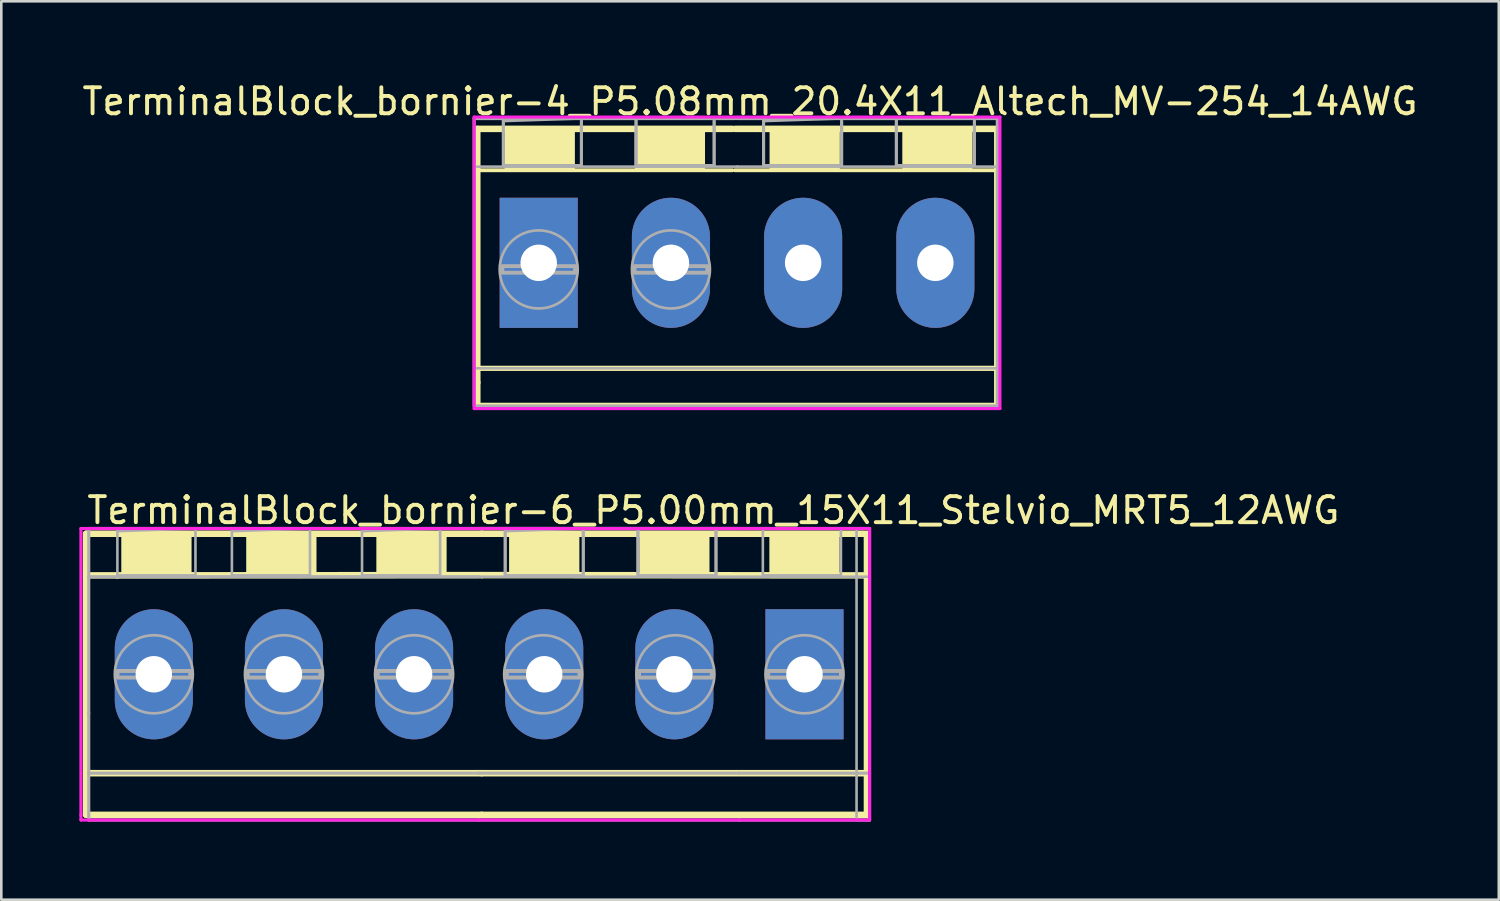
<source format=kicad_pcb>
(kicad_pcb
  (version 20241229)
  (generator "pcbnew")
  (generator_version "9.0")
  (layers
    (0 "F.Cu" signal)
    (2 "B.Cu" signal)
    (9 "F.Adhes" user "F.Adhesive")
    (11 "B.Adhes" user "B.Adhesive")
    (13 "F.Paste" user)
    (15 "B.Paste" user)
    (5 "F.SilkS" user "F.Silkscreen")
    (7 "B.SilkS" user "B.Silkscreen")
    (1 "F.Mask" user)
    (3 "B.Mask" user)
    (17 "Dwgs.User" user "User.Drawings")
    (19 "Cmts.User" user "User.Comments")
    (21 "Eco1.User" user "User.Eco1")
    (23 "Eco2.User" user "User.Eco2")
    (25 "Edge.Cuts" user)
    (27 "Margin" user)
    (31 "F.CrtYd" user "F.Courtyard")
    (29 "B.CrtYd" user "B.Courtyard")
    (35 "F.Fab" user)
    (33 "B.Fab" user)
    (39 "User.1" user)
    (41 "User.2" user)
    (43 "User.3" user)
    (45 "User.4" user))
  (footprint "TerminalBlock_bornier-4_P5.08mm_20.4X11_Altech_MV-254_14AWG"
    (layer "F.Cu")
    (at 25.268 7.048)
    (property "Reference" "TerminalBlock_bornier-4_P5.08mm_20.4X11_Altech_MV-254_14AWG" (at 0.5 -6.2 0) (layer "F.SilkS") (effects (font (size 1 1) (thickness 0.15))))
    (attr through_hole)
    (fp_line (start -9.98 -5.146) (end -0.18 -5.146) (stroke (width 0.25) (type solid)) (layer "F.SilkS"))
    (fp_line (start -9.98 -3.556) (end -0.18 -3.556) (stroke (width 0.15) (type solid)) (layer "F.SilkS"))
    (fp_line (start -9.98 4.054) (end 10 4.054) (stroke (width 0.2) (type solid)) (layer "F.SilkS"))
    (fp_line (start -9.98 4.6) (end -9.98 -5.146) (stroke (width 0.25) (type solid)) (layer "F.SilkS"))
    (fp_line (start -9.98 5.5) (end -9.98 4.6) (stroke (width 0.25) (type solid)) (layer "F.SilkS"))
    (fp_line (start -0.08 -5.146) (end 10 -5.146) (stroke (width 0.25) (type solid)) (layer "F.SilkS"))
    (fp_line (start -0.08 -3.556) (end 10 -3.556) (stroke (width 0.15) (type solid)) (layer "F.SilkS"))
    (fp_line (start 10 -5.146) (end 10 5.4) (stroke (width 0.25) (type solid)) (layer "F.SilkS"))
    (fp_line (start 10 5.5) (end -9.98 5.5) (stroke (width 0.25) (type solid)) (layer "F.SilkS"))
    (fp_poly (pts (xy -8.88 -3.546) (xy -8.88 -5.046) (xy -6.28 -5.046) (xy -6.28 -3.546)) (stroke (width 0.1) (type solid)) (fill yes) (layer "F.SilkS"))
    (fp_poly (pts (xy -3.88 -3.646) (xy -3.88 -5.146) (xy -1.28 -5.146) (xy -1.28 -3.646)) (stroke (width 0.1) (type solid)) (fill yes) (layer "F.SilkS"))
    (fp_poly (pts (xy 1.3 -3.546) (xy 1.3 -5.046) (xy 3.9 -5.046) (xy 3.9 -3.546)) (stroke (width 0.1) (type solid)) (fill yes) (layer "F.SilkS"))
    (fp_poly (pts (xy 6.4 -3.646) (xy 6.4 -5.146) (xy 9 -5.146) (xy 9 -3.646)) (stroke (width 0.1) (type solid)) (fill yes) (layer "F.SilkS"))
    (fp_line (start -10.1 -5.6) (end 10.1 -5.6) (stroke (width 0.12) (type solid)) (layer "F.CrtYd"))
    (fp_line (start -10.1 5.6) (end -10.1 -5.6) (stroke (width 0.12) (type solid)) (layer "F.CrtYd"))
    (fp_line (start 10.1 -5.6) (end 10.1 5.6) (stroke (width 0.12) (type solid)) (layer "F.CrtYd"))
    (fp_line (start 10.1 5.6) (end -10.1 5.6) (stroke (width 0.12) (type solid)) (layer "F.CrtYd"))
    (fp_line (start -10.1 -5.546) (end -0.08 -5.546) (stroke (width 0.12) (type solid)) (layer "F.Fab"))
    (fp_line (start -10.1 5.5) (end -10.1 -5.546) (stroke (width 0.12) (type solid)) (layer "F.Fab"))
    (fp_line (start -10.09 4.004) (end -10.09 -3.496) (stroke (width 0.1) (type solid)) (layer "F.Fab"))
    (fp_line (start -9.99 -3.696) (end 0.02 -3.696) (stroke (width 0.1) (type solid)) (layer "F.Fab"))
    (fp_line (start -9.98 -5.546) (end 0.02 -5.546) (stroke (width 0.12) (type solid)) (layer "F.Fab"))
    (fp_line (start -8.98 -3.746) (end -8.98 -5.546) (stroke (width 0.12) (type solid)) (layer "F.Fab"))
    (fp_line (start -5.98 -3.746) (end -5.98 -5.446) (stroke (width 0.12) (type solid)) (layer "F.Fab"))
    (fp_line (start -3.88 -3.746) (end -3.88 -5.546) (stroke (width 0.12) (type solid)) (layer "F.Fab"))
    (fp_line (start -0.88 -3.746) (end -0.88 -5.446) (stroke (width 0.12) (type solid)) (layer "F.Fab"))
    (fp_line (start 0.01 -3.696) (end 10.02 -3.696) (stroke (width 0.1) (type solid)) (layer "F.Fab"))
    (fp_line (start 0.02 -5.546) (end 9.92 -5.546) (stroke (width 0.12) (type solid)) (layer "F.Fab"))
    (fp_line (start 0.02 -5.546) (end 10.02 -5.546) (stroke (width 0.12) (type solid)) (layer "F.Fab"))
    (fp_line (start 1.02 -3.746) (end 1.02 -5.546) (stroke (width 0.12) (type solid)) (layer "F.Fab"))
    (fp_line (start 4.02 -3.746) (end 4.02 -5.446) (stroke (width 0.12) (type solid)) (layer "F.Fab"))
    (fp_line (start 6.12 -3.746) (end 6.12 -5.546) (stroke (width 0.12) (type solid)) (layer "F.Fab"))
    (fp_line (start 9.12 -3.746) (end 9.12 -5.446) (stroke (width 0.12) (type solid)) (layer "F.Fab"))
    (fp_line (start 10 4.054) (end -10.09 4.054) (stroke (width 0.1) (type solid)) (layer "F.Fab"))
    (fp_line (start 10 5.5) (end -10.08 5.5) (stroke (width 0.12) (type solid)) (layer "F.Fab"))
    (fp_line (start 10 5.5) (end 10 -5.5) (stroke (width 0.12) (type solid)) (layer "F.Fab"))
    (fp_circle (center -7.62 0.254) (end -6.12 0.254) (stroke (width 0.102) (type solid)) (fill no) (layer "F.Fab"))
    (fp_circle (center -2.54 0.254) (end -1.04 0.254) (stroke (width 0.102) (type solid)) (fill no) (layer "F.Fab"))
    (fp_poly (pts (xy -9.017 0.381) (xy -9.017 0.127) (xy -6.223 0.127) (xy -6.223 0.381)) (stroke (width 0.15) (type solid)) (fill no) (layer "F.Fab"))
    (fp_poly (pts (xy -8.98 -3.746) (xy -8.98 -5.446) (xy -5.98 -5.546) (xy -5.98 -3.746)) (stroke (width 0.1) (type solid)) (fill no) (layer "F.Fab"))
    (fp_poly (pts (xy -3.937 0.381) (xy -3.937 0.127) (xy -1.143 0.127) (xy -1.143 0.381)) (stroke (width 0.15) (type solid)) (fill no) (layer "F.Fab"))
    (fp_poly (pts (xy -3.88 -3.746) (xy -3.88 -5.546) (xy -0.88 -5.546) (xy -0.88 -3.746)) (stroke (width 0.1) (type solid)) (fill no) (layer "F.Fab"))
    (fp_poly (pts (xy 1.02 -3.746) (xy 1.02 -5.446) (xy 4.02 -5.546) (xy 4.02 -3.746)) (stroke (width 0.1) (type solid)) (fill no) (layer "F.Fab"))
    (fp_poly (pts (xy 6.12 -3.746) (xy 6.12 -5.546) (xy 9.12 -5.546) (xy 9.12 -3.746)) (stroke (width 0.1) (type solid)) (fill no) (layer "F.Fab"))
    (pad "1" thru_hole rect (at -7.62 0) (size 3 5) (drill 1.4) (layers "*.Cu" "*.Mask"))
    (pad "2" thru_hole oval (at -2.54 0) (size 3 5) (drill 1.4) (layers "*.Cu" "*.Mask"))
    (pad "3" thru_hole oval (at 2.54 0) (size 3 5) (drill 1.4) (layers "*.Cu" "*.Mask"))
    (pad "4" thru_hole oval (at 7.62 0) (size 3 5) (drill 1.4) (layers "*.Cu" "*.Mask")))
  (footprint "TerminalBlock_bornier-6_P5.00mm_15X11_Stelvio_MRT5_12AWG"
    (layer "F.Cu")
    (at 15.34 22.857)
    (property "Reference" "TerminalBlock_bornier-6_P5.00mm_15X11_Stelvio_MRT5_12AWG" (at 9.02 -6.3 0) (layer "F.SilkS") (effects (font (size 1 1) (thickness 0.15))))
    (attr through_hole)
    (fp_line (start -15.08 -5.4) (end -15.08 5.4) (stroke (width 0.25) (type solid)) (layer "F.SilkS"))
    (fp_line (start -15.08 5.4) (end 0.12 5.4) (stroke (width 0.25) (type solid)) (layer "F.SilkS"))
    (fp_line (start -13.88 -5.4) (end -15.08 -5.4) (stroke (width 0.25) (type solid)) (layer "F.SilkS"))
    (fp_line (start -13.88 -3.8) (end -15.08 -3.8) (stroke (width 0.25) (type solid)) (layer "F.SilkS"))
    (fp_line (start 0.12 -5.4) (end -13.88 -5.4) (stroke (width 0.25) (type solid)) (layer "F.SilkS"))
    (fp_line (start 0.12 -5.4) (end 14.82 -5.4) (stroke (width 0.25) (type solid)) (layer "F.SilkS"))
    (fp_line (start 0.12 -3.81) (end -13.88 -3.8) (stroke (width 0.25) (type solid)) (layer "F.SilkS"))
    (fp_line (start 0.12 -3.81) (end 14.92 -3.8) (stroke (width 0.25) (type solid)) (layer "F.SilkS"))
    (fp_line (start 0.12 3.8) (end -15.08 3.8) (stroke (width 0.25) (type solid)) (layer "F.SilkS"))
    (fp_line (start 0.12 3.8) (end 14.82 3.8) (stroke (width 0.25) (type solid)) (layer "F.SilkS"))
    (fp_line (start 14.92 -5.4) (end 14.92 5.4) (stroke (width 0.25) (type solid)) (layer "F.SilkS"))
    (fp_line (start 14.92 5.4) (end 0.12 5.4) (stroke (width 0.25) (type solid)) (layer "F.SilkS"))
    (fp_poly (pts (xy -13.68 -3.9) (xy -13.68 -5.4) (xy -11.08 -5.4) (xy -11.08 -3.9)) (stroke (width 0.1) (type solid)) (fill yes) (layer "F.SilkS"))
    (fp_poly (pts (xy -8.88 -3.9) (xy -8.88 -5.4) (xy -6.28 -5.4) (xy -6.28 -3.9)) (stroke (width 0.1) (type solid)) (fill yes) (layer "F.SilkS"))
    (fp_poly (pts (xy -3.88 -3.9) (xy -3.88 -5.4) (xy -1.28 -5.4) (xy -1.28 -3.9)) (stroke (width 0.1) (type solid)) (fill yes) (layer "F.SilkS"))
    (fp_poly (pts (xy 1.22 -3.8) (xy 1.22 -5.3) (xy 3.82 -5.3) (xy 3.82 -3.8)) (stroke (width 0.1) (type solid)) (fill yes) (layer "F.SilkS"))
    (fp_poly (pts (xy 6.22 -3.9) (xy 6.22 -5.4) (xy 8.82 -5.4) (xy 8.82 -3.9)) (stroke (width 0.1) (type solid)) (fill yes) (layer "F.SilkS"))
    (fp_poly (pts (xy 11.22 -3.9) (xy 11.22 -5.4) (xy 13.82 -5.4) (xy 13.82 -3.9)) (stroke (width 0.1) (type solid)) (fill yes) (layer "F.SilkS"))
    (fp_line (start -15.28 -5.6) (end -15.28 5.4) (stroke (width 0.12) (type solid)) (layer "F.CrtYd"))
    (fp_line (start -15.28 5.4) (end -15.28 5.6) (stroke (width 0.12) (type solid)) (layer "F.CrtYd"))
    (fp_line (start -15.28 5.6) (end 0.02 5.6) (stroke (width 0.12) (type solid)) (layer "F.CrtYd"))
    (fp_line (start 0.02 -5.6) (end -15.28 -5.6) (stroke (width 0.12) (type solid)) (layer "F.CrtYd"))
    (fp_line (start 0.02 -5.6) (end 15.02 -5.6) (stroke (width 0.12) (type solid)) (layer "F.CrtYd"))
    (fp_line (start 15.02 -5.6) (end 15.02 5.6) (stroke (width 0.12) (type solid)) (layer "F.CrtYd"))
    (fp_line (start 15.02 5.6) (end 0.02 5.6) (stroke (width 0.12) (type solid)) (layer "F.CrtYd"))
    (fp_line (start -14.98 -5.6) (end -14.98 1.5) (stroke (width 0.12) (type solid)) (layer "F.Fab"))
    (fp_line (start -14.98 5.6) (end -14.98 1.5) (stroke (width 0.12) (type solid)) (layer "F.Fab"))
    (fp_line (start 0.01 -3.75) (end -14.98 -3.75) (stroke (width 0.12) (type solid)) (layer "F.Fab"))
    (fp_line (start 0.01 -3.75) (end 15.02 -3.75) (stroke (width 0.1) (type solid)) (layer "F.Fab"))
    (fp_line (start 0.02 -5.6) (end -14.98 -5.6) (stroke (width 0.12) (type solid)) (layer "F.Fab"))
    (fp_line (start 0.02 -5.6) (end 9.92 -5.6) (stroke (width 0.12) (type solid)) (layer "F.Fab"))
    (fp_line (start 0.02 -5.6) (end 10.02 -5.6) (stroke (width 0.12) (type solid)) (layer "F.Fab"))
    (fp_line (start 0.02 3.8) (end -14.98 3.8) (stroke (width 0.12) (type solid)) (layer "F.Fab"))
    (fp_line (start 0.02 5.6) (end -14.98 5.6) (stroke (width 0.12) (type solid)) (layer "F.Fab"))
    (fp_line (start 1.02 -3.8) (end 1.02 -5.6) (stroke (width 0.12) (type solid)) (layer "F.Fab"))
    (fp_line (start 4.02 -3.8) (end 4.02 -5.5) (stroke (width 0.12) (type solid)) (layer "F.Fab"))
    (fp_line (start 6.12 -3.8) (end 6.12 -5.6) (stroke (width 0.12) (type solid)) (layer "F.Fab"))
    (fp_line (start 9.12 -3.8) (end 9.12 -5.5) (stroke (width 0.12) (type solid)) (layer "F.Fab"))
    (fp_line (start 10.02 -5.6) (end 15.02 -5.6) (stroke (width 0.12) (type solid)) (layer "F.Fab"))
    (fp_line (start 10.02 3.8) (end 0.01 3.8) (stroke (width 0.12) (type solid)) (layer "F.Fab"))
    (fp_line (start 10.02 3.8) (end 15.02 3.8) (stroke (width 0.12) (type solid)) (layer "F.Fab"))
    (fp_line (start 10.02 5.6) (end 0.02 5.6) (stroke (width 0.12) (type solid)) (layer "F.Fab"))
    (fp_line (start 10.02 5.6) (end 15.02 5.6) (stroke (width 0.12) (type solid)) (layer "F.Fab"))
    (fp_line (start 15.02 -5.6) (end 15.02 1.9) (stroke (width 0.12) (type solid)) (layer "F.Fab"))
    (fp_line (start 15.02 5.6) (end 15.02 1.9) (stroke (width 0.12) (type solid)) (layer "F.Fab"))
    (fp_circle (center -12.48 0) (end -10.98 0) (stroke (width 0.102) (type solid)) (fill no) (layer "F.Fab"))
    (fp_circle (center -7.48 0) (end -5.98 0) (stroke (width 0.102) (type solid)) (fill no) (layer "F.Fab"))
    (fp_circle (center -2.48 0) (end -0.98 0) (stroke (width 0.102) (type solid)) (fill no) (layer "F.Fab"))
    (fp_circle (center 2.48 0) (end 3.98 0) (stroke (width 0.102) (type solid)) (fill no) (layer "F.Fab"))
    (fp_circle (center 7.56 0) (end 9.06 0) (stroke (width 0.102) (type solid)) (fill no) (layer "F.Fab"))
    (fp_circle (center 12.52 0) (end 14.02 0) (stroke (width 0.102) (type solid)) (fill no) (layer "F.Fab"))
    (fp_poly (pts (xy -13.88 -3.8) (xy -13.88 -5.5) (xy -10.88 -5.6) (xy -10.88 -3.8)) (stroke (width 0.1) (type solid)) (fill no) (layer "F.Fab"))
    (fp_poly (pts (xy -13.874 0.127) (xy -13.874 -0.127) (xy -11.08 -0.127) (xy -11.08 0.127)) (stroke (width 0.15) (type solid)) (fill no) (layer "F.Fab"))
    (fp_poly (pts (xy -9.48 -3.8) (xy -9.48 -5.5) (xy -6.48 -5.6) (xy -6.48 -3.8)) (stroke (width 0.1) (type solid)) (fill no) (layer "F.Fab"))
    (fp_poly (pts (xy -8.874 0.127) (xy -8.874 -0.127) (xy -6.08 -0.127) (xy -6.08 0.127)) (stroke (width 0.15) (type solid)) (fill no) (layer "F.Fab"))
    (fp_poly (pts (xy -4.48 -3.8) (xy -4.48 -5.5) (xy -1.48 -5.6) (xy -1.48 -3.8)) (stroke (width 0.1) (type solid)) (fill no) (layer "F.Fab"))
    (fp_poly (pts (xy -3.874 0.127) (xy -3.874 -0.127) (xy -1.08 -0.127) (xy -1.08 0.127)) (stroke (width 0.15) (type solid)) (fill no) (layer "F.Fab"))
    (fp_poly (pts (xy 1.02 -3.8) (xy 1.02 -5.5) (xy 4.02 -5.6) (xy 4.02 -3.8)) (stroke (width 0.1) (type solid)) (fill no) (layer "F.Fab"))
    (fp_poly (pts (xy 1.083 0.127) (xy 1.083 -0.127) (xy 3.877 -0.127) (xy 3.877 0.127)) (stroke (width 0.15) (type solid)) (fill no) (layer "F.Fab"))
    (fp_poly (pts (xy 6.12 -3.8) (xy 6.12 -5.6) (xy 9.12 -5.6) (xy 9.12 -3.8)) (stroke (width 0.1) (type solid)) (fill no) (layer "F.Fab"))
    (fp_poly (pts (xy 6.163 0.127) (xy 6.163 -0.127) (xy 8.957 -0.127) (xy 8.957 0.127)) (stroke (width 0.15) (type solid)) (fill no) (layer "F.Fab"))
    (fp_poly (pts (xy 10.92 -3.8) (xy 10.92 -5.6) (xy 13.92 -5.6) (xy 13.92 -3.8)) (stroke (width 0.1) (type solid)) (fill no) (layer "F.Fab"))
    (fp_poly (pts (xy 11.126 0.127) (xy 11.126 -0.127) (xy 13.92 -0.127) (xy 13.92 0.127)) (stroke (width 0.15) (type solid)) (fill no) (layer "F.Fab"))
    (fp_poly (pts (xy 15.02 5.6) (xy 14.52 5.6) (xy 14.52 -5.6) (xy 15.02 -5.6)) (stroke (width 0.1) (type solid)) (fill no) (layer "F.Fab"))
    (pad "1" thru_hole rect (at 12.52 0) (size 3 5) (drill 1.4) (layers "*.Cu" "*.Mask"))
    (pad "2" thru_hole oval (at 7.52 0) (size 3 5) (drill 1.4) (layers "*.Cu" "*.Mask"))
    (pad "3" thru_hole oval (at 2.52 0) (size 3 5) (drill 1.4) (layers "*.Cu" "*.Mask"))
    (pad "4" thru_hole oval (at -2.48 0) (size 3 5) (drill 1.4) (layers "*.Cu" "*.Mask"))
    (pad "5" thru_hole oval (at -7.48 0) (size 3 5) (drill 1.4) (layers "*.Cu" "*.Mask"))
    (pad "6" thru_hole oval (at -12.48 0) (size 3 5) (drill 1.4) (layers "*.Cu" "*.Mask")))
  (gr_rect
    (start -3 -3)
    (end 54.536 31.517)
    (stroke (width 0.1) (type default))
    (fill no)
    (layer "Edge.Cuts")))
</source>
